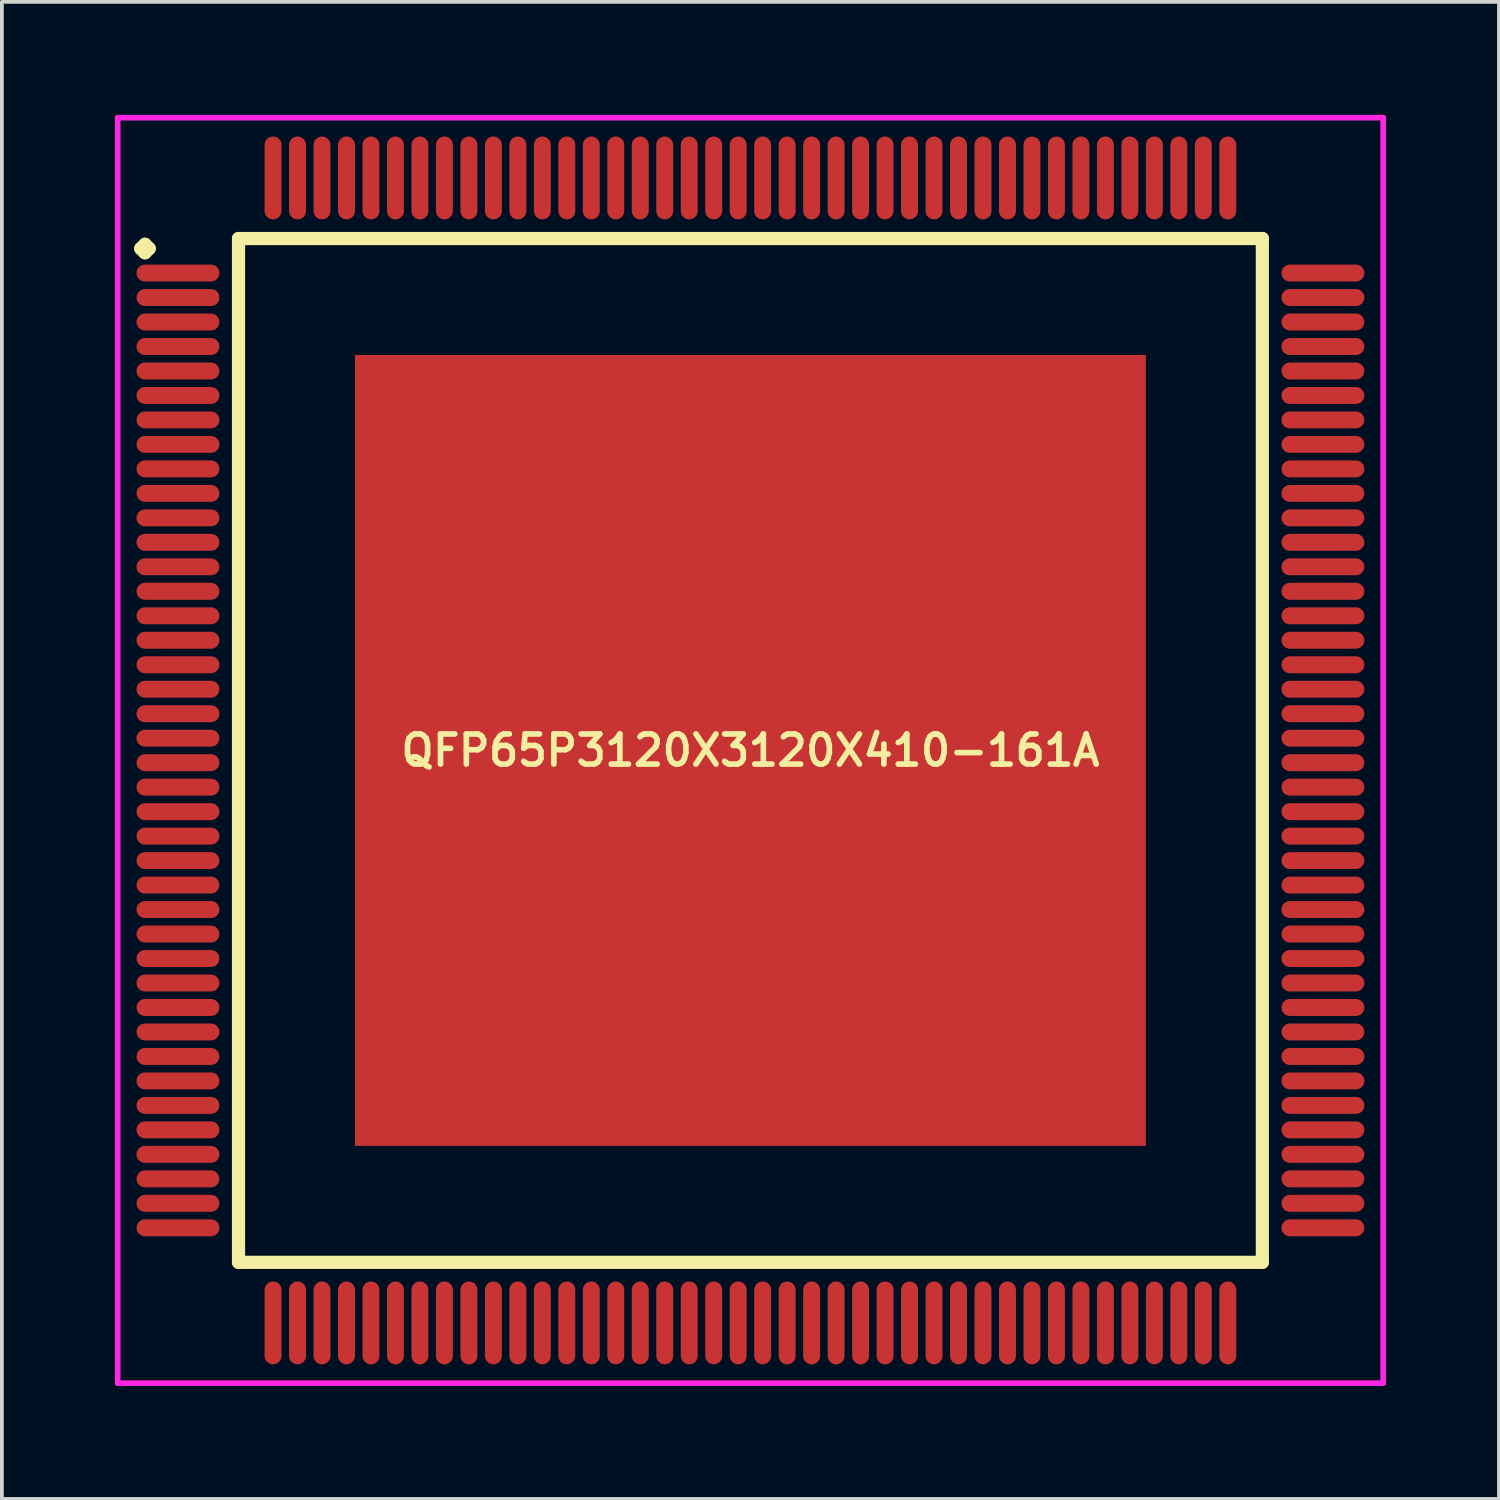
<source format=kicad_pcb>
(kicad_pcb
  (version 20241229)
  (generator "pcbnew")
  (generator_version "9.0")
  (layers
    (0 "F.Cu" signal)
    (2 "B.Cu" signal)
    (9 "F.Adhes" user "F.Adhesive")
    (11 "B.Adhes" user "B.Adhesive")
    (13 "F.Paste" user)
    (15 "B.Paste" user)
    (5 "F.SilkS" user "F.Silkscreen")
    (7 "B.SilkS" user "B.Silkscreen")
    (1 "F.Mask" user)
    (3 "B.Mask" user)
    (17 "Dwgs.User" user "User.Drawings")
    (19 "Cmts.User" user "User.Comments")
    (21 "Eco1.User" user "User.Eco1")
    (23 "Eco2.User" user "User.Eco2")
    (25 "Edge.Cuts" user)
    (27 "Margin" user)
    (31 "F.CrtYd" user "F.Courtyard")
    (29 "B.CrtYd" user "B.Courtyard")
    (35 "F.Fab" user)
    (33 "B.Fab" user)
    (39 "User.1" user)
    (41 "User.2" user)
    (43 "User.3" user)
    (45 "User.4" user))
  (footprint "QFP65P3120X3120X410-161A"
    (layer "F.Cu")
    (at 16.875 16.875)
    (property "Reference" "QFP65P3120X3120X410-161A" (at 0 0 0) (layer "F.SilkS") (effects (font (size 0.8 0.8) (thickness 0.15))))
    (attr smd)
    (fp_line (start -16.188 -13.325) (end -16.075 -13.438) (stroke (width 0.35) (type solid)) (layer "F.SilkS"))
    (fp_line (start -16.075 -13.438) (end -15.963 -13.325) (stroke (width 0.35) (type solid)) (layer "F.SilkS"))
    (fp_line (start -16.075 -13.213) (end -16.188 -13.325) (stroke (width 0.35) (type solid)) (layer "F.SilkS"))
    (fp_line (start -15.963 -13.325) (end -16.075 -13.213) (stroke (width 0.35) (type solid)) (layer "F.SilkS"))
    (fp_line (start -13.592 -13.592) (end -13.592 13.592) (stroke (width 0.35) (type solid)) (layer "F.SilkS"))
    (fp_line (start -13.592 13.592) (end 13.592 13.592) (stroke (width 0.35) (type solid)) (layer "F.SilkS"))
    (fp_line (start 13.592 -13.592) (end -13.592 -13.592) (stroke (width 0.35) (type solid)) (layer "F.SilkS"))
    (fp_line (start 13.592 13.592) (end 13.592 -13.592) (stroke (width 0.35) (type solid)) (layer "F.SilkS"))
    (fp_line (start -16.8 -16.8) (end 16.8 -16.8) (stroke (width 0.15) (type solid)) (layer "F.CrtYd"))
    (fp_line (start -16.8 16.8) (end -16.8 -16.8) (stroke (width 0.15) (type solid)) (layer "F.CrtYd"))
    (fp_line (start 16.8 -16.8) (end 16.8 16.8) (stroke (width 0.15) (type solid)) (layer "F.CrtYd"))
    (fp_line (start 16.8 16.8) (end -16.8 16.8) (stroke (width 0.15) (type solid)) (layer "F.CrtYd"))
    (pad "1" smd oval (at -15.2 -12.675) (size 2.2 0.45) (layers "F.Cu" "F.Mask" "F.Paste"))
    (pad "2" smd oval (at -15.2 -12.025) (size 2.2 0.45) (layers "F.Cu" "F.Mask" "F.Paste"))
    (pad "3" smd oval (at -15.2 -11.375) (size 2.2 0.45) (layers "F.Cu" "F.Mask" "F.Paste"))
    (pad "4" smd oval (at -15.2 -10.725) (size 2.2 0.45) (layers "F.Cu" "F.Mask" "F.Paste"))
    (pad "5" smd oval (at -15.2 -10.075) (size 2.2 0.45) (layers "F.Cu" "F.Mask" "F.Paste"))
    (pad "6" smd oval (at -15.2 -9.425) (size 2.2 0.45) (layers "F.Cu" "F.Mask" "F.Paste"))
    (pad "7" smd oval (at -15.2 -8.775) (size 2.2 0.45) (layers "F.Cu" "F.Mask" "F.Paste"))
    (pad "8" smd oval (at -15.2 -8.125) (size 2.2 0.45) (layers "F.Cu" "F.Mask" "F.Paste"))
    (pad "9" smd oval (at -15.2 -7.475) (size 2.2 0.45) (layers "F.Cu" "F.Mask" "F.Paste"))
    (pad "10" smd oval (at -15.2 -6.825) (size 2.2 0.45) (layers "F.Cu" "F.Mask" "F.Paste"))
    (pad "11" smd oval (at -15.2 -6.175) (size 2.2 0.45) (layers "F.Cu" "F.Mask" "F.Paste"))
    (pad "12" smd oval (at -15.2 -5.525) (size 2.2 0.45) (layers "F.Cu" "F.Mask" "F.Paste"))
    (pad "13" smd oval (at -15.2 -4.875) (size 2.2 0.45) (layers "F.Cu" "F.Mask" "F.Paste"))
    (pad "14" smd oval (at -15.2 -4.225) (size 2.2 0.45) (layers "F.Cu" "F.Mask" "F.Paste"))
    (pad "15" smd oval (at -15.2 -3.575) (size 2.2 0.45) (layers "F.Cu" "F.Mask" "F.Paste"))
    (pad "16" smd oval (at -15.2 -2.925) (size 2.2 0.45) (layers "F.Cu" "F.Mask" "F.Paste"))
    (pad "17" smd oval (at -15.2 -2.275) (size 2.2 0.45) (layers "F.Cu" "F.Mask" "F.Paste"))
    (pad "18" smd oval (at -15.2 -1.625) (size 2.2 0.45) (layers "F.Cu" "F.Mask" "F.Paste"))
    (pad "19" smd oval (at -15.2 -0.975) (size 2.2 0.45) (layers "F.Cu" "F.Mask" "F.Paste"))
    (pad "20" smd oval (at -15.2 -0.325) (size 2.2 0.45) (layers "F.Cu" "F.Mask" "F.Paste"))
    (pad "21" smd oval (at -15.2 0.325) (size 2.2 0.45) (layers "F.Cu" "F.Mask" "F.Paste"))
    (pad "22" smd oval (at -15.2 0.975) (size 2.2 0.45) (layers "F.Cu" "F.Mask" "F.Paste"))
    (pad "23" smd oval (at -15.2 1.625) (size 2.2 0.45) (layers "F.Cu" "F.Mask" "F.Paste"))
    (pad "24" smd oval (at -15.2 2.275) (size 2.2 0.45) (layers "F.Cu" "F.Mask" "F.Paste"))
    (pad "25" smd oval (at -15.2 2.925) (size 2.2 0.45) (layers "F.Cu" "F.Mask" "F.Paste"))
    (pad "26" smd oval (at -15.2 3.575) (size 2.2 0.45) (layers "F.Cu" "F.Mask" "F.Paste"))
    (pad "27" smd oval (at -15.2 4.225) (size 2.2 0.45) (layers "F.Cu" "F.Mask" "F.Paste"))
    (pad "28" smd oval (at -15.2 4.875) (size 2.2 0.45) (layers "F.Cu" "F.Mask" "F.Paste"))
    (pad "29" smd oval (at -15.2 5.525) (size 2.2 0.45) (layers "F.Cu" "F.Mask" "F.Paste"))
    (pad "30" smd oval (at -15.2 6.175) (size 2.2 0.45) (layers "F.Cu" "F.Mask" "F.Paste"))
    (pad "31" smd oval (at -15.2 6.825) (size 2.2 0.45) (layers "F.Cu" "F.Mask" "F.Paste"))
    (pad "32" smd oval (at -15.2 7.475) (size 2.2 0.45) (layers "F.Cu" "F.Mask" "F.Paste"))
    (pad "33" smd oval (at -15.2 8.125) (size 2.2 0.45) (layers "F.Cu" "F.Mask" "F.Paste"))
    (pad "34" smd oval (at -15.2 8.775) (size 2.2 0.45) (layers "F.Cu" "F.Mask" "F.Paste"))
    (pad "35" smd oval (at -15.2 9.425) (size 2.2 0.45) (layers "F.Cu" "F.Mask" "F.Paste"))
    (pad "36" smd oval (at -15.2 10.075) (size 2.2 0.45) (layers "F.Cu" "F.Mask" "F.Paste"))
    (pad "37" smd oval (at -15.2 10.725) (size 2.2 0.45) (layers "F.Cu" "F.Mask" "F.Paste"))
    (pad "38" smd oval (at -15.2 11.375) (size 2.2 0.45) (layers "F.Cu" "F.Mask" "F.Paste"))
    (pad "39" smd oval (at -15.2 12.025) (size 2.2 0.45) (layers "F.Cu" "F.Mask" "F.Paste"))
    (pad "40" smd oval (at -15.2 12.675) (size 2.2 0.45) (layers "F.Cu" "F.Mask" "F.Paste"))
    (pad "41" smd oval (at -12.675 15.2) (size 0.45 2.2) (layers "F.Cu" "F.Mask" "F.Paste"))
    (pad "42" smd oval (at -12.025 15.2) (size 0.45 2.2) (layers "F.Cu" "F.Mask" "F.Paste"))
    (pad "43" smd oval (at -11.375 15.2) (size 0.45 2.2) (layers "F.Cu" "F.Mask" "F.Paste"))
    (pad "44" smd oval (at -10.725 15.2) (size 0.45 2.2) (layers "F.Cu" "F.Mask" "F.Paste"))
    (pad "45" smd oval (at -10.075 15.2) (size 0.45 2.2) (layers "F.Cu" "F.Mask" "F.Paste"))
    (pad "46" smd oval (at -9.425 15.2) (size 0.45 2.2) (layers "F.Cu" "F.Mask" "F.Paste"))
    (pad "47" smd oval (at -8.775 15.2) (size 0.45 2.2) (layers "F.Cu" "F.Mask" "F.Paste"))
    (pad "48" smd oval (at -8.125 15.2) (size 0.45 2.2) (layers "F.Cu" "F.Mask" "F.Paste"))
    (pad "49" smd oval (at -7.475 15.2) (size 0.45 2.2) (layers "F.Cu" "F.Mask" "F.Paste"))
    (pad "50" smd oval (at -6.825 15.2) (size 0.45 2.2) (layers "F.Cu" "F.Mask" "F.Paste"))
    (pad "51" smd oval (at -6.175 15.2) (size 0.45 2.2) (layers "F.Cu" "F.Mask" "F.Paste"))
    (pad "52" smd oval (at -5.525 15.2) (size 0.45 2.2) (layers "F.Cu" "F.Mask" "F.Paste"))
    (pad "53" smd oval (at -4.875 15.2) (size 0.45 2.2) (layers "F.Cu" "F.Mask" "F.Paste"))
    (pad "54" smd oval (at -4.225 15.2) (size 0.45 2.2) (layers "F.Cu" "F.Mask" "F.Paste"))
    (pad "55" smd oval (at -3.575 15.2) (size 0.45 2.2) (layers "F.Cu" "F.Mask" "F.Paste"))
    (pad "56" smd oval (at -2.925 15.2) (size 0.45 2.2) (layers "F.Cu" "F.Mask" "F.Paste"))
    (pad "57" smd oval (at -2.275 15.2) (size 0.45 2.2) (layers "F.Cu" "F.Mask" "F.Paste"))
    (pad "58" smd oval (at -1.625 15.2) (size 0.45 2.2) (layers "F.Cu" "F.Mask" "F.Paste"))
    (pad "59" smd oval (at -0.975 15.2) (size 0.45 2.2) (layers "F.Cu" "F.Mask" "F.Paste"))
    (pad "60" smd oval (at -0.325 15.2) (size 0.45 2.2) (layers "F.Cu" "F.Mask" "F.Paste"))
    (pad "61" smd oval (at 0.325 15.2) (size 0.45 2.2) (layers "F.Cu" "F.Mask" "F.Paste"))
    (pad "62" smd oval (at 0.975 15.2) (size 0.45 2.2) (layers "F.Cu" "F.Mask" "F.Paste"))
    (pad "63" smd oval (at 1.625 15.2) (size 0.45 2.2) (layers "F.Cu" "F.Mask" "F.Paste"))
    (pad "64" smd oval (at 2.275 15.2) (size 0.45 2.2) (layers "F.Cu" "F.Mask" "F.Paste"))
    (pad "65" smd oval (at 2.925 15.2) (size 0.45 2.2) (layers "F.Cu" "F.Mask" "F.Paste"))
    (pad "66" smd oval (at 3.575 15.2) (size 0.45 2.2) (layers "F.Cu" "F.Mask" "F.Paste"))
    (pad "67" smd oval (at 4.225 15.2) (size 0.45 2.2) (layers "F.Cu" "F.Mask" "F.Paste"))
    (pad "68" smd oval (at 4.875 15.2) (size 0.45 2.2) (layers "F.Cu" "F.Mask" "F.Paste"))
    (pad "69" smd oval (at 5.525 15.2) (size 0.45 2.2) (layers "F.Cu" "F.Mask" "F.Paste"))
    (pad "70" smd oval (at 6.175 15.2) (size 0.45 2.2) (layers "F.Cu" "F.Mask" "F.Paste"))
    (pad "71" smd oval (at 6.825 15.2) (size 0.45 2.2) (layers "F.Cu" "F.Mask" "F.Paste"))
    (pad "72" smd oval (at 7.475 15.2) (size 0.45 2.2) (layers "F.Cu" "F.Mask" "F.Paste"))
    (pad "73" smd oval (at 8.125 15.2) (size 0.45 2.2) (layers "F.Cu" "F.Mask" "F.Paste"))
    (pad "74" smd oval (at 8.775 15.2) (size 0.45 2.2) (layers "F.Cu" "F.Mask" "F.Paste"))
    (pad "75" smd oval (at 9.425 15.2) (size 0.45 2.2) (layers "F.Cu" "F.Mask" "F.Paste"))
    (pad "76" smd oval (at 10.075 15.2) (size 0.45 2.2) (layers "F.Cu" "F.Mask" "F.Paste"))
    (pad "77" smd oval (at 10.725 15.2) (size 0.45 2.2) (layers "F.Cu" "F.Mask" "F.Paste"))
    (pad "78" smd oval (at 11.375 15.2) (size 0.45 2.2) (layers "F.Cu" "F.Mask" "F.Paste"))
    (pad "79" smd oval (at 12.025 15.2) (size 0.45 2.2) (layers "F.Cu" "F.Mask" "F.Paste"))
    (pad "80" smd oval (at 12.675 15.2) (size 0.45 2.2) (layers "F.Cu" "F.Mask" "F.Paste"))
    (pad "81" smd oval (at 15.2 12.675) (size 2.2 0.45) (layers "F.Cu" "F.Mask" "F.Paste"))
    (pad "82" smd oval (at 15.2 12.025) (size 2.2 0.45) (layers "F.Cu" "F.Mask" "F.Paste"))
    (pad "83" smd oval (at 15.2 11.375) (size 2.2 0.45) (layers "F.Cu" "F.Mask" "F.Paste"))
    (pad "84" smd oval (at 15.2 10.725) (size 2.2 0.45) (layers "F.Cu" "F.Mask" "F.Paste"))
    (pad "85" smd oval (at 15.2 10.075) (size 2.2 0.45) (layers "F.Cu" "F.Mask" "F.Paste"))
    (pad "86" smd oval (at 15.2 9.425) (size 2.2 0.45) (layers "F.Cu" "F.Mask" "F.Paste"))
    (pad "87" smd oval (at 15.2 8.775) (size 2.2 0.45) (layers "F.Cu" "F.Mask" "F.Paste"))
    (pad "88" smd oval (at 15.2 8.125) (size 2.2 0.45) (layers "F.Cu" "F.Mask" "F.Paste"))
    (pad "89" smd oval (at 15.2 7.475) (size 2.2 0.45) (layers "F.Cu" "F.Mask" "F.Paste"))
    (pad "90" smd oval (at 15.2 6.825) (size 2.2 0.45) (layers "F.Cu" "F.Mask" "F.Paste"))
    (pad "91" smd oval (at 15.2 6.175) (size 2.2 0.45) (layers "F.Cu" "F.Mask" "F.Paste"))
    (pad "92" smd oval (at 15.2 5.525) (size 2.2 0.45) (layers "F.Cu" "F.Mask" "F.Paste"))
    (pad "93" smd oval (at 15.2 4.875) (size 2.2 0.45) (layers "F.Cu" "F.Mask" "F.Paste"))
    (pad "94" smd oval (at 15.2 4.225) (size 2.2 0.45) (layers "F.Cu" "F.Mask" "F.Paste"))
    (pad "95" smd oval (at 15.2 3.575) (size 2.2 0.45) (layers "F.Cu" "F.Mask" "F.Paste"))
    (pad "96" smd oval (at 15.2 2.925) (size 2.2 0.45) (layers "F.Cu" "F.Mask" "F.Paste"))
    (pad "97" smd oval (at 15.2 2.275) (size 2.2 0.45) (layers "F.Cu" "F.Mask" "F.Paste"))
    (pad "98" smd oval (at 15.2 1.625) (size 2.2 0.45) (layers "F.Cu" "F.Mask" "F.Paste"))
    (pad "99" smd oval (at 15.2 0.975) (size 2.2 0.45) (layers "F.Cu" "F.Mask" "F.Paste"))
    (pad "100" smd oval (at 15.2 0.325) (size 2.2 0.45) (layers "F.Cu" "F.Mask" "F.Paste"))
    (pad "101" smd oval (at 15.2 -0.325) (size 2.2 0.45) (layers "F.Cu" "F.Mask" "F.Paste"))
    (pad "102" smd oval (at 15.2 -0.975) (size 2.2 0.45) (layers "F.Cu" "F.Mask" "F.Paste"))
    (pad "103" smd oval (at 15.2 -1.625) (size 2.2 0.45) (layers "F.Cu" "F.Mask" "F.Paste"))
    (pad "104" smd oval (at 15.2 -2.275) (size 2.2 0.45) (layers "F.Cu" "F.Mask" "F.Paste"))
    (pad "105" smd oval (at 15.2 -2.925) (size 2.2 0.45) (layers "F.Cu" "F.Mask" "F.Paste"))
    (pad "106" smd oval (at 15.2 -3.575) (size 2.2 0.45) (layers "F.Cu" "F.Mask" "F.Paste"))
    (pad "107" smd oval (at 15.2 -4.225) (size 2.2 0.45) (layers "F.Cu" "F.Mask" "F.Paste"))
    (pad "108" smd oval (at 15.2 -4.875) (size 2.2 0.45) (layers "F.Cu" "F.Mask" "F.Paste"))
    (pad "109" smd oval (at 15.2 -5.525) (size 2.2 0.45) (layers "F.Cu" "F.Mask" "F.Paste"))
    (pad "110" smd oval (at 15.2 -6.175) (size 2.2 0.45) (layers "F.Cu" "F.Mask" "F.Paste"))
    (pad "111" smd oval (at 15.2 -6.825) (size 2.2 0.45) (layers "F.Cu" "F.Mask" "F.Paste"))
    (pad "112" smd oval (at 15.2 -7.475) (size 2.2 0.45) (layers "F.Cu" "F.Mask" "F.Paste"))
    (pad "113" smd oval (at 15.2 -8.125) (size 2.2 0.45) (layers "F.Cu" "F.Mask" "F.Paste"))
    (pad "114" smd oval (at 15.2 -8.775) (size 2.2 0.45) (layers "F.Cu" "F.Mask" "F.Paste"))
    (pad "115" smd oval (at 15.2 -9.425) (size 2.2 0.45) (layers "F.Cu" "F.Mask" "F.Paste"))
    (pad "116" smd oval (at 15.2 -10.075) (size 2.2 0.45) (layers "F.Cu" "F.Mask" "F.Paste"))
    (pad "117" smd oval (at 15.2 -10.725) (size 2.2 0.45) (layers "F.Cu" "F.Mask" "F.Paste"))
    (pad "118" smd oval (at 15.2 -11.375) (size 2.2 0.45) (layers "F.Cu" "F.Mask" "F.Paste"))
    (pad "119" smd oval (at 15.2 -12.025) (size 2.2 0.45) (layers "F.Cu" "F.Mask" "F.Paste"))
    (pad "120" smd oval (at 15.2 -12.675) (size 2.2 0.45) (layers "F.Cu" "F.Mask" "F.Paste"))
    (pad "121" smd oval (at 12.675 -15.2) (size 0.45 2.2) (layers "F.Cu" "F.Mask" "F.Paste"))
    (pad "122" smd oval (at 12.025 -15.2) (size 0.45 2.2) (layers "F.Cu" "F.Mask" "F.Paste"))
    (pad "123" smd oval (at 11.375 -15.2) (size 0.45 2.2) (layers "F.Cu" "F.Mask" "F.Paste"))
    (pad "124" smd oval (at 10.725 -15.2) (size 0.45 2.2) (layers "F.Cu" "F.Mask" "F.Paste"))
    (pad "125" smd oval (at 10.075 -15.2) (size 0.45 2.2) (layers "F.Cu" "F.Mask" "F.Paste"))
    (pad "126" smd oval (at 9.425 -15.2) (size 0.45 2.2) (layers "F.Cu" "F.Mask" "F.Paste"))
    (pad "127" smd oval (at 8.775 -15.2) (size 0.45 2.2) (layers "F.Cu" "F.Mask" "F.Paste"))
    (pad "128" smd oval (at 8.125 -15.2) (size 0.45 2.2) (layers "F.Cu" "F.Mask" "F.Paste"))
    (pad "129" smd oval (at 7.475 -15.2) (size 0.45 2.2) (layers "F.Cu" "F.Mask" "F.Paste"))
    (pad "130" smd oval (at 6.825 -15.2) (size 0.45 2.2) (layers "F.Cu" "F.Mask" "F.Paste"))
    (pad "131" smd oval (at 6.175 -15.2) (size 0.45 2.2) (layers "F.Cu" "F.Mask" "F.Paste"))
    (pad "132" smd oval (at 5.525 -15.2) (size 0.45 2.2) (layers "F.Cu" "F.Mask" "F.Paste"))
    (pad "133" smd oval (at 4.875 -15.2) (size 0.45 2.2) (layers "F.Cu" "F.Mask" "F.Paste"))
    (pad "134" smd oval (at 4.225 -15.2) (size 0.45 2.2) (layers "F.Cu" "F.Mask" "F.Paste"))
    (pad "135" smd oval (at 3.575 -15.2) (size 0.45 2.2) (layers "F.Cu" "F.Mask" "F.Paste"))
    (pad "136" smd oval (at 2.925 -15.2) (size 0.45 2.2) (layers "F.Cu" "F.Mask" "F.Paste"))
    (pad "137" smd oval (at 2.275 -15.2) (size 0.45 2.2) (layers "F.Cu" "F.Mask" "F.Paste"))
    (pad "138" smd oval (at 1.625 -15.2) (size 0.45 2.2) (layers "F.Cu" "F.Mask" "F.Paste"))
    (pad "139" smd oval (at 0.975 -15.2) (size 0.45 2.2) (layers "F.Cu" "F.Mask" "F.Paste"))
    (pad "140" smd oval (at 0.325 -15.2) (size 0.45 2.2) (layers "F.Cu" "F.Mask" "F.Paste"))
    (pad "141" smd oval (at -0.325 -15.2) (size 0.45 2.2) (layers "F.Cu" "F.Mask" "F.Paste"))
    (pad "142" smd oval (at -0.975 -15.2) (size 0.45 2.2) (layers "F.Cu" "F.Mask" "F.Paste"))
    (pad "143" smd oval (at -1.625 -15.2) (size 0.45 2.2) (layers "F.Cu" "F.Mask" "F.Paste"))
    (pad "144" smd oval (at -2.275 -15.2) (size 0.45 2.2) (layers "F.Cu" "F.Mask" "F.Paste"))
    (pad "145" smd oval (at -2.925 -15.2) (size 0.45 2.2) (layers "F.Cu" "F.Mask" "F.Paste"))
    (pad "146" smd oval (at -3.575 -15.2) (size 0.45 2.2) (layers "F.Cu" "F.Mask" "F.Paste"))
    (pad "147" smd oval (at -4.225 -15.2) (size 0.45 2.2) (layers "F.Cu" "F.Mask" "F.Paste"))
    (pad "148" smd oval (at -4.875 -15.2) (size 0.45 2.2) (layers "F.Cu" "F.Mask" "F.Paste"))
    (pad "149" smd oval (at -5.525 -15.2) (size 0.45 2.2) (layers "F.Cu" "F.Mask" "F.Paste"))
    (pad "150" smd oval (at -6.175 -15.2) (size 0.45 2.2) (layers "F.Cu" "F.Mask" "F.Paste"))
    (pad "151" smd oval (at -6.825 -15.2) (size 0.45 2.2) (layers "F.Cu" "F.Mask" "F.Paste"))
    (pad "152" smd oval (at -7.475 -15.2) (size 0.45 2.2) (layers "F.Cu" "F.Mask" "F.Paste"))
    (pad "153" smd oval (at -8.125 -15.2) (size 0.45 2.2) (layers "F.Cu" "F.Mask" "F.Paste"))
    (pad "154" smd oval (at -8.775 -15.2) (size 0.45 2.2) (layers "F.Cu" "F.Mask" "F.Paste"))
    (pad "155" smd oval (at -9.425 -15.2) (size 0.45 2.2) (layers "F.Cu" "F.Mask" "F.Paste"))
    (pad "156" smd oval (at -10.075 -15.2) (size 0.45 2.2) (layers "F.Cu" "F.Mask" "F.Paste"))
    (pad "157" smd oval (at -10.725 -15.2) (size 0.45 2.2) (layers "F.Cu" "F.Mask" "F.Paste"))
    (pad "158" smd oval (at -11.375 -15.2) (size 0.45 2.2) (layers "F.Cu" "F.Mask" "F.Paste"))
    (pad "159" smd oval (at -12.025 -15.2) (size 0.45 2.2) (layers "F.Cu" "F.Mask" "F.Paste"))
    (pad "160" smd oval (at -12.675 -15.2) (size 0.45 2.2) (layers "F.Cu" "F.Mask" "F.Paste"))
    (pad "161" smd rect (at 0 0) (size 21 21) (layers "F.Cu" "F.Mask" "F.Paste")))
  (gr_rect
    (start -3 -3)
    (end 36.75 36.75)
    (stroke (width 0.1) (type default))
    (fill no)
    (layer "Edge.Cuts")))
</source>
